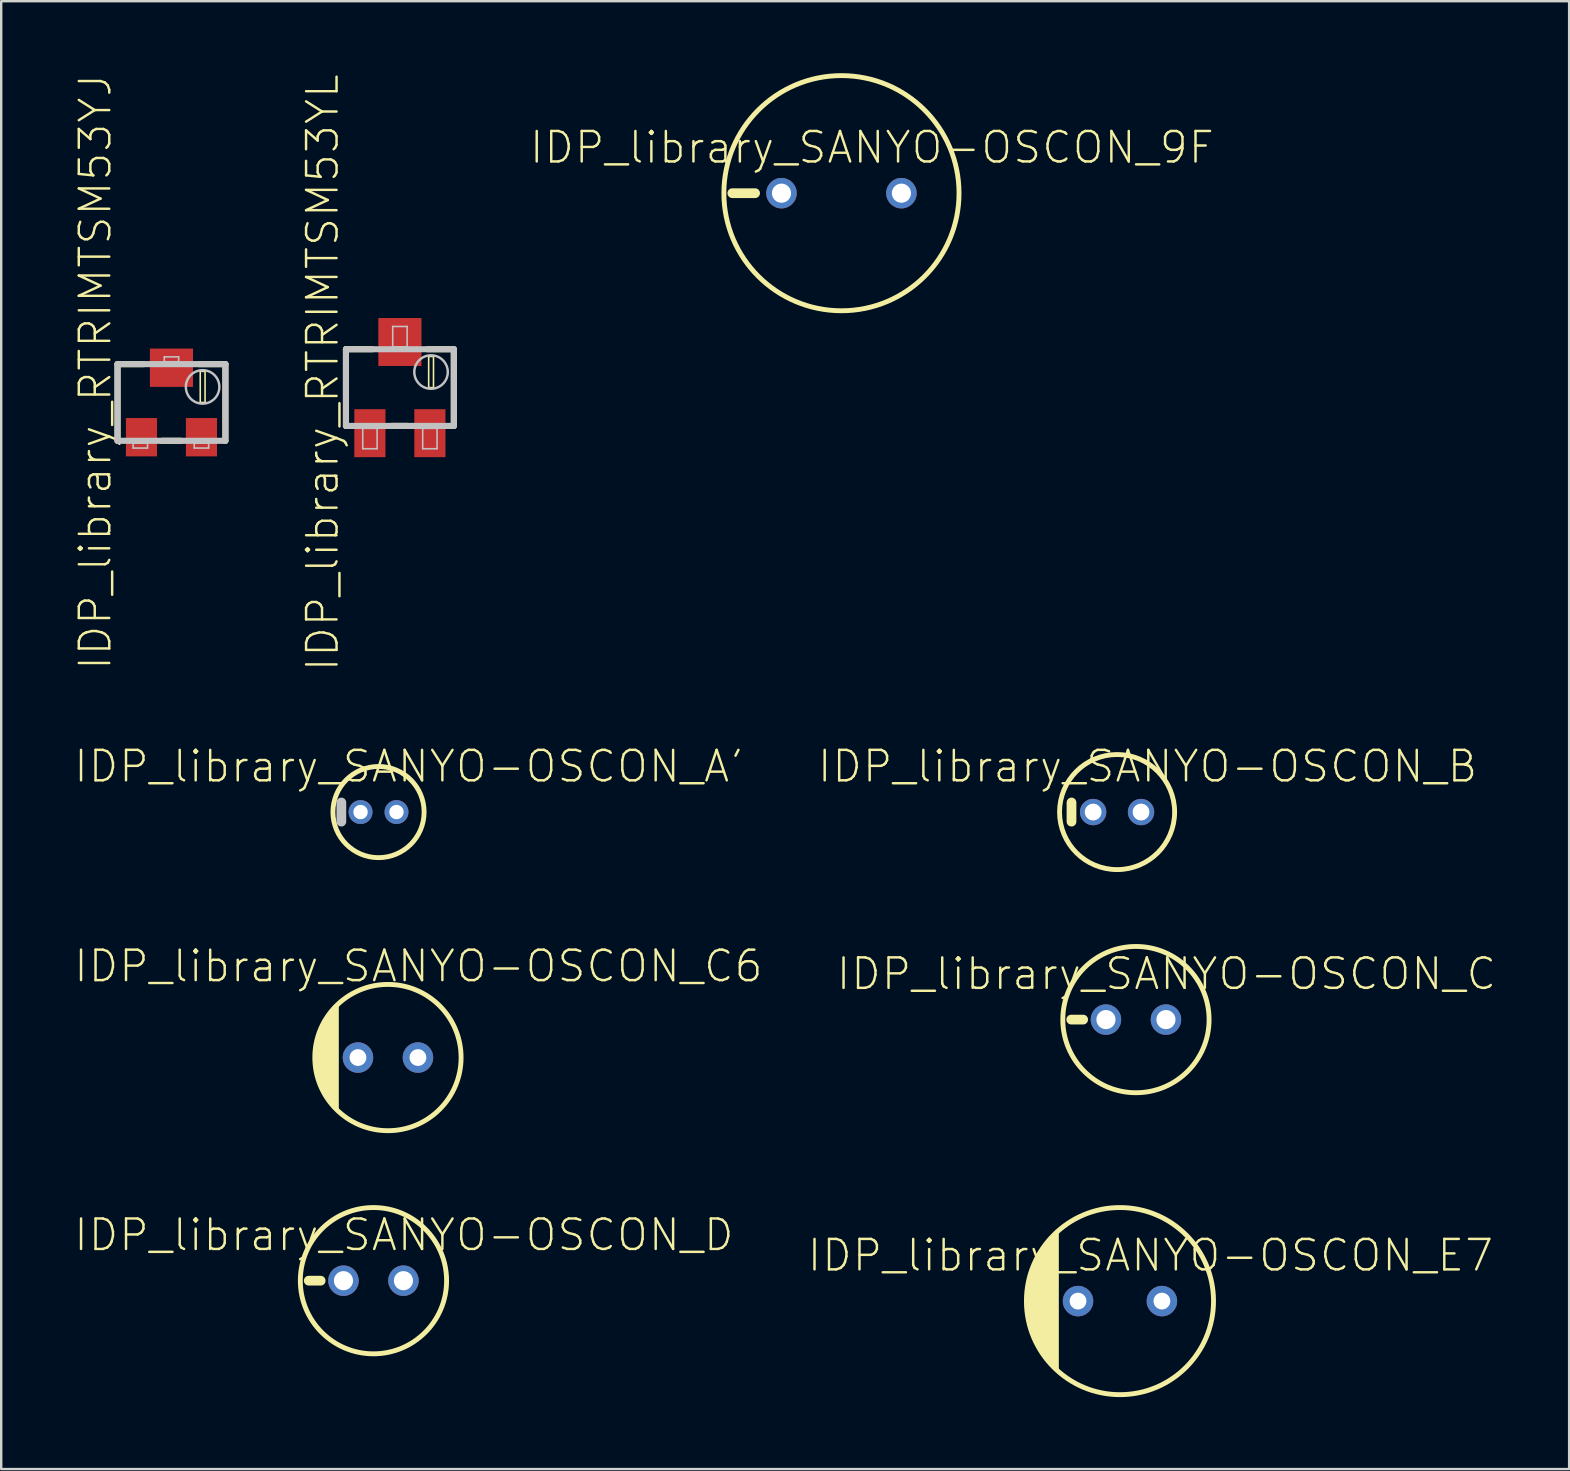
<source format=kicad_pcb>
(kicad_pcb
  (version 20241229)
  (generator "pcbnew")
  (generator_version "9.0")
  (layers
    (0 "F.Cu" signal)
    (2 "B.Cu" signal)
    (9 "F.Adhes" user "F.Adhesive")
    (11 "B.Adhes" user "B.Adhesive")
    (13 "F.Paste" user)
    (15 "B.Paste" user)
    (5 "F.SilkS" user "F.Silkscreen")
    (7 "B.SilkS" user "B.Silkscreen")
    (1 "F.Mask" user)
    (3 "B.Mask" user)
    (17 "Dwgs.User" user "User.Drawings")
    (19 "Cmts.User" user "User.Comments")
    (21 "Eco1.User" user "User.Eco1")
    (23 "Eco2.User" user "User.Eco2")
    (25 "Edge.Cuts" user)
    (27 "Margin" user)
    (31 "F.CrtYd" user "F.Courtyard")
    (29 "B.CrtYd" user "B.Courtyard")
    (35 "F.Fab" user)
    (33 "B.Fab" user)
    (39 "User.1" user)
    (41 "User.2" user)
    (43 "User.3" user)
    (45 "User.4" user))
  (footprint "IDP_library_SANYO-OSCON_A'"
    (layer "F.Cu")
    (at 12.725 30.793)
    (property "Reference" "IDP_library_SANYO-OSCON_A'" (at 1.27 -1.905 0) (layer "F.SilkS") (effects (font (size 1.27 1.27) (thickness 0.102))))
    (attr exclude_from_pos_files exclude_from_bom)
    (fp_circle (center 0 0) (end 0 -1.9) (stroke (width 0.203) (type solid)) (fill no) (layer "F.SilkS"))
    (fp_line (start -1.549 0.399) (end -1.549 -0.399) (stroke (width 0.406) (type solid)) (layer "Dwgs.User"))
    (pad "+" thru_hole circle (at 0.749 0) (size 0.998 0.998) (drill 0.599) (layers "*.Cu" "*.Paste" "*.Mask"))
    (pad "-" thru_hole circle (at -0.749 0) (size 0.998 0.998) (drill 0.599) (layers "*.Cu" "*.Paste" "*.Mask")))
  (footprint "IDP_library_RTRIMTSM53YJ"
    (layer "F.Cu")
    (at 4.096 13.723)
    (property "Reference" "IDP_library_RTRIMTSM53YJ" (at -3.175 -1.27 90) (layer "F.SilkS") (effects (font (size 1.27 1.27) (thickness 0.102))))
    (attr smd)
    (fp_line (start -2.248 -1.598) (end -1.148 -1.598) (stroke (width 0.254) (type solid)) (layer "F.SilkS"))
    (fp_line (start -2.248 1.598) (end -2.248 -1.598) (stroke (width 0.254) (type solid)) (layer "F.SilkS"))
    (fp_line (start -0.399 1.598) (end 0.399 1.598) (stroke (width 0.254) (type solid)) (layer "F.SilkS"))
    (fp_line (start 1.199 -1.298) (end 1.4 -1.298) (stroke (width 0.066) (type solid)) (layer "F.SilkS"))
    (fp_line (start 1.199 0) (end 1.199 -1.298) (stroke (width 0.066) (type solid)) (layer "F.SilkS"))
    (fp_line (start 1.199 0) (end 1.4 0) (stroke (width 0.066) (type solid)) (layer "F.SilkS"))
    (fp_line (start 1.4 0) (end 1.4 -1.298) (stroke (width 0.066) (type solid)) (layer "F.SilkS"))
    (fp_line (start 2.248 -1.598) (end 1.148 -1.598) (stroke (width 0.254) (type solid)) (layer "F.SilkS"))
    (fp_line (start 2.248 1.598) (end 2.248 -1.598) (stroke (width 0.254) (type solid)) (layer "F.SilkS"))
    (fp_line (start -2.248 -1.598) (end -2.248 1.598) (stroke (width 0.254) (type solid)) (layer "Dwgs.User"))
    (fp_line (start -2.248 1.598) (end 2.248 1.598) (stroke (width 0.254) (type solid)) (layer "Dwgs.User"))
    (fp_line (start -1.598 1.699) (end -0.998 1.699) (stroke (width 0.066) (type solid)) (layer "Dwgs.User"))
    (fp_line (start -1.598 1.9) (end -1.598 1.699) (stroke (width 0.066) (type solid)) (layer "Dwgs.User"))
    (fp_line (start -1.598 1.9) (end -0.998 1.9) (stroke (width 0.066) (type solid)) (layer "Dwgs.User"))
    (fp_line (start -0.998 1.9) (end -0.998 1.699) (stroke (width 0.066) (type solid)) (layer "Dwgs.User"))
    (fp_line (start -0.3 -1.9) (end 0.3 -1.9) (stroke (width 0.066) (type solid)) (layer "Dwgs.User"))
    (fp_line (start -0.3 -1.699) (end -0.3 -1.9) (stroke (width 0.066) (type solid)) (layer "Dwgs.User"))
    (fp_line (start -0.3 -1.699) (end 0.3 -1.699) (stroke (width 0.066) (type solid)) (layer "Dwgs.User"))
    (fp_line (start 0.3 -1.699) (end 0.3 -1.9) (stroke (width 0.066) (type solid)) (layer "Dwgs.User"))
    (fp_line (start 0.95 1.699) (end 1.549 1.699) (stroke (width 0.066) (type solid)) (layer "Dwgs.User"))
    (fp_line (start 0.95 1.9) (end 0.95 1.699) (stroke (width 0.066) (type solid)) (layer "Dwgs.User"))
    (fp_line (start 0.95 1.9) (end 1.549 1.9) (stroke (width 0.066) (type solid)) (layer "Dwgs.User"))
    (fp_line (start 1.549 1.9) (end 1.549 1.699) (stroke (width 0.066) (type solid)) (layer "Dwgs.User"))
    (fp_line (start 2.248 -1.598) (end -2.248 -1.598) (stroke (width 0.254) (type solid)) (layer "Dwgs.User"))
    (fp_line (start 2.248 1.598) (end 2.248 -1.598) (stroke (width 0.254) (type solid)) (layer "Dwgs.User"))
    (fp_circle (center 1.298 -0.648) (end 1.298 -1.346) (stroke (width 0.102) (type solid)) (fill no) (layer "Dwgs.User"))
    (pad "1" smd rect (at -1.25 1.448) (size 1.298 1.598) (layers "F.Cu" "F.Mask" "F.Paste"))
    (pad "2" smd rect (at 0 -1.448) (size 1.798 1.598) (layers "F.Cu" "F.Mask" "F.Paste"))
    (pad "3" smd rect (at 1.25 1.448) (size 1.298 1.598) (layers "F.Cu" "F.Mask" "F.Paste")))
  (footprint "IDP_library_SANYO-OSCON_C"
    (layer "F.Cu")
    (at 44.291 39.442)
    (property "Reference" "IDP_library_SANYO-OSCON_C" (at 1.27 -1.905 0) (layer "F.SilkS") (effects (font (size 1.27 1.27) (thickness 0.102))))
    (attr exclude_from_pos_files exclude_from_bom)
    (fp_line (start -2.2 0) (end -2.697 0) (stroke (width 0.406) (type solid)) (layer "F.SilkS"))
    (fp_circle (center 0 0) (end 0 -3.048) (stroke (width 0.203) (type solid)) (fill no) (layer "F.SilkS"))
    (pad "+" thru_hole circle (at 1.25 0) (size 1.27 1.27) (drill 0.798) (layers "*.Cu" "*.Paste" "*.Mask"))
    (pad "-" thru_hole circle (at -1.25 0) (size 1.27 1.27) (drill 0.798) (layers "*.Cu" "*.Paste" "*.Mask")))
  (footprint "IDP_library_SANYO-OSCON_9F"
    (layer "F.Cu")
    (at 32.018 5.001)
    (property "Reference" "IDP_library_SANYO-OSCON_9F" (at 1.27 -1.905 0) (layer "F.SilkS") (effects (font (size 1.27 1.27) (thickness 0.102))))
    (attr exclude_from_pos_files exclude_from_bom)
    (fp_line (start -4.549 0) (end -3.599 0) (stroke (width 0.406) (type solid)) (layer "F.SilkS"))
    (fp_circle (center 0 0) (end 0 -4.9) (stroke (width 0.203) (type solid)) (fill no) (layer "F.SilkS"))
    (pad "+" thru_hole circle (at 2.499 0) (size 1.27 1.27) (drill 0.798) (layers "*.Cu" "*.Paste" "*.Mask"))
    (pad "-" thru_hole circle (at -2.499 0) (size 1.27 1.27) (drill 0.798) (layers "*.Cu" "*.Paste" "*.Mask")))
  (footprint "IDP_library_RTRIMTSM53YL"
    (layer "F.Cu")
    (at 13.616 13.103)
    (property "Reference" "IDP_library_RTRIMTSM53YL" (at -3.223 -0.62 90) (layer "F.SilkS") (effects (font (size 1.27 1.27) (thickness 0.102))))
    (attr smd)
    (fp_line (start -2.248 -1.598) (end -1.148 -1.598) (stroke (width 0.254) (type solid)) (layer "F.SilkS"))
    (fp_line (start -2.248 1.598) (end -2.248 -1.598) (stroke (width 0.254) (type solid)) (layer "F.SilkS"))
    (fp_line (start -0.348 1.598) (end 0.348 1.598) (stroke (width 0.254) (type solid)) (layer "F.SilkS"))
    (fp_line (start 1.199 -1.298) (end 1.4 -1.298) (stroke (width 0.066) (type solid)) (layer "F.SilkS"))
    (fp_line (start 1.199 0) (end 1.199 -1.298) (stroke (width 0.066) (type solid)) (layer "F.SilkS"))
    (fp_line (start 1.199 0) (end 1.4 0) (stroke (width 0.066) (type solid)) (layer "F.SilkS"))
    (fp_line (start 1.4 0) (end 1.4 -1.298) (stroke (width 0.066) (type solid)) (layer "F.SilkS"))
    (fp_line (start 2.248 -1.598) (end 1.148 -1.598) (stroke (width 0.254) (type solid)) (layer "F.SilkS"))
    (fp_line (start 2.248 1.598) (end 2.248 -1.598) (stroke (width 0.254) (type solid)) (layer "F.SilkS"))
    (fp_line (start -2.248 -1.598) (end -2.248 1.598) (stroke (width 0.254) (type solid)) (layer "Dwgs.User"))
    (fp_line (start -2.248 1.598) (end 2.248 1.598) (stroke (width 0.254) (type solid)) (layer "Dwgs.User"))
    (fp_line (start -1.549 1.699) (end -0.95 1.699) (stroke (width 0.066) (type solid)) (layer "Dwgs.User"))
    (fp_line (start -1.549 2.548) (end -1.549 1.699) (stroke (width 0.066) (type solid)) (layer "Dwgs.User"))
    (fp_line (start -1.549 2.548) (end -0.95 2.548) (stroke (width 0.066) (type solid)) (layer "Dwgs.User"))
    (fp_line (start -0.95 2.548) (end -0.95 1.699) (stroke (width 0.066) (type solid)) (layer "Dwgs.User"))
    (fp_line (start -0.3 -2.548) (end 0.3 -2.548) (stroke (width 0.066) (type solid)) (layer "Dwgs.User"))
    (fp_line (start -0.3 -1.699) (end -0.3 -2.548) (stroke (width 0.066) (type solid)) (layer "Dwgs.User"))
    (fp_line (start -0.3 -1.699) (end 0.3 -1.699) (stroke (width 0.066) (type solid)) (layer "Dwgs.User"))
    (fp_line (start 0.3 -1.699) (end 0.3 -2.548) (stroke (width 0.066) (type solid)) (layer "Dwgs.User"))
    (fp_line (start 0.95 1.699) (end 1.549 1.699) (stroke (width 0.066) (type solid)) (layer "Dwgs.User"))
    (fp_line (start 0.95 2.548) (end 0.95 1.699) (stroke (width 0.066) (type solid)) (layer "Dwgs.User"))
    (fp_line (start 0.95 2.548) (end 1.549 2.548) (stroke (width 0.066) (type solid)) (layer "Dwgs.User"))
    (fp_line (start 1.549 2.548) (end 1.549 1.699) (stroke (width 0.066) (type solid)) (layer "Dwgs.User"))
    (fp_line (start 2.248 -1.598) (end -2.248 -1.598) (stroke (width 0.254) (type solid)) (layer "Dwgs.User"))
    (fp_line (start 2.248 1.598) (end 2.248 -1.598) (stroke (width 0.254) (type solid)) (layer "Dwgs.User"))
    (fp_circle (center 1.298 -0.648) (end 1.298 -1.346) (stroke (width 0.102) (type solid)) (fill no) (layer "Dwgs.User"))
    (pad "1" smd rect (at -1.25 1.9) (size 1.298 1.999) (layers "F.Cu" "F.Mask" "F.Paste"))
    (pad "2" smd rect (at 0 -1.9) (size 1.798 1.999) (layers "F.Cu" "F.Mask" "F.Paste"))
    (pad "3" smd rect (at 1.25 1.9) (size 1.298 1.999) (layers "F.Cu" "F.Mask" "F.Paste")))
  (footprint "IDP_library_SANYO-OSCON_C6"
    (layer "F.Cu")
    (at 13.118 41.024)
    (property "Reference" "IDP_library_SANYO-OSCON_C6" (at 1.27 -3.81 0) (layer "F.SilkS") (effects (font (size 1.27 1.27) (thickness 0.102))))
    (attr exclude_from_pos_files exclude_from_bom)
    (fp_circle (center 0 0) (end 0 -3.048) (stroke (width 0.203) (type solid)) (fill no) (layer "F.SilkS"))
    (fp_poly (pts (xy -2.149 -2.098) (xy -2.149 2.098) (xy -2.441 1.717) (xy -2.677 1.298) (xy -2.852 0.848) (xy -2.959 0.378) (xy -3 -0.099) (xy -2.949 -0.541) (xy -2.837 -0.97) (xy -2.664 -1.379) (xy -2.433 -1.758) (xy -2.149 -2.098)) (stroke (width 0.203) (type solid)) (fill yes) (layer "F.SilkS"))
    (pad "+" thru_hole circle (at 1.25 0) (size 1.27 1.27) (drill 0.699) (layers "*.Cu" "*.Paste" "*.Mask"))
    (pad "-" thru_hole circle (at -1.25 0) (size 1.27 1.27) (drill 0.699) (layers "*.Cu" "*.Paste" "*.Mask")))
  (footprint "IDP_library_SANYO-OSCON_D"
    (layer "F.Cu")
    (at 12.514 50.323)
    (property "Reference" "IDP_library_SANYO-OSCON_D" (at 1.27 -1.905 0) (layer "F.SilkS") (effects (font (size 1.27 1.27) (thickness 0.102))))
    (attr exclude_from_pos_files exclude_from_bom)
    (fp_line (start -2.2 0) (end -2.697 0) (stroke (width 0.406) (type solid)) (layer "F.SilkS"))
    (fp_circle (center 0 0) (end 0 -3.048) (stroke (width 0.203) (type solid)) (fill no) (layer "F.SilkS"))
    (pad "+" thru_hole circle (at 1.25 0) (size 1.27 1.27) (drill 0.798) (layers "*.Cu" "*.Paste" "*.Mask"))
    (pad "-" thru_hole circle (at -1.25 0) (size 1.27 1.27) (drill 0.798) (layers "*.Cu" "*.Paste" "*.Mask")))
  (footprint "IDP_library_SANYO-OSCON_E7"
    (layer "F.Cu")
    (at 43.625 51.174)
    (property "Reference" "IDP_library_SANYO-OSCON_E7" (at 1.27 -1.905 0) (layer "F.SilkS") (effects (font (size 1.27 1.27) (thickness 0.102))))
    (attr exclude_from_pos_files exclude_from_bom)
    (fp_circle (center 0 0) (end 0 -3.899) (stroke (width 0.203) (type solid)) (fill no) (layer "F.SilkS"))
    (fp_poly (pts (xy -2.649 -2.799) (xy -2.649 2.799) (xy -2.985 2.403) (xy -3.269 1.971) (xy -3.503 1.506) (xy -3.678 1.019) (xy -3.795 0.513) (xy -3.848 0) (xy -3.795 -0.516) (xy -3.68 -1.021) (xy -3.505 -1.509) (xy -3.274 -1.974) (xy -2.987 -2.405) (xy -2.649 -2.799)) (stroke (width 0.203) (type solid)) (fill yes) (layer "F.SilkS"))
    (pad "+" thru_hole circle (at 1.748 0) (size 1.27 1.27) (drill 0.699) (layers "*.Cu" "*.Paste" "*.Mask"))
    (pad "-" thru_hole circle (at -1.748 0) (size 1.27 1.27) (drill 0.699) (layers "*.Cu" "*.Paste" "*.Mask")))
  (footprint "IDP_library_SANYO-OSCON_B"
    (layer "F.Cu")
    (at 43.505 30.793)
    (property "Reference" "IDP_library_SANYO-OSCON_B" (at 1.27 -1.905 0) (layer "F.SilkS") (effects (font (size 1.27 1.27) (thickness 0.102))))
    (attr exclude_from_pos_files exclude_from_bom)
    (fp_line (start -1.9 0.399) (end -1.9 -0.399) (stroke (width 0.406) (type solid)) (layer "F.SilkS"))
    (fp_circle (center 0 0) (end 0 -2.398) (stroke (width 0.203) (type solid)) (fill no) (layer "F.SilkS"))
    (pad "+" thru_hole circle (at 0.998 0) (size 1.1 1.1) (drill 0.699) (layers "*.Cu" "*.Paste" "*.Mask"))
    (pad "-" thru_hole circle (at -0.998 0) (size 1.1 1.1) (drill 0.699) (layers "*.Cu" "*.Paste" "*.Mask")))
  (gr_rect
    (start -3 -3)
    (end 62.344 58.174)
    (stroke (width 0.1) (type default))
    (fill no)
    (layer "Edge.Cuts")))
</source>
